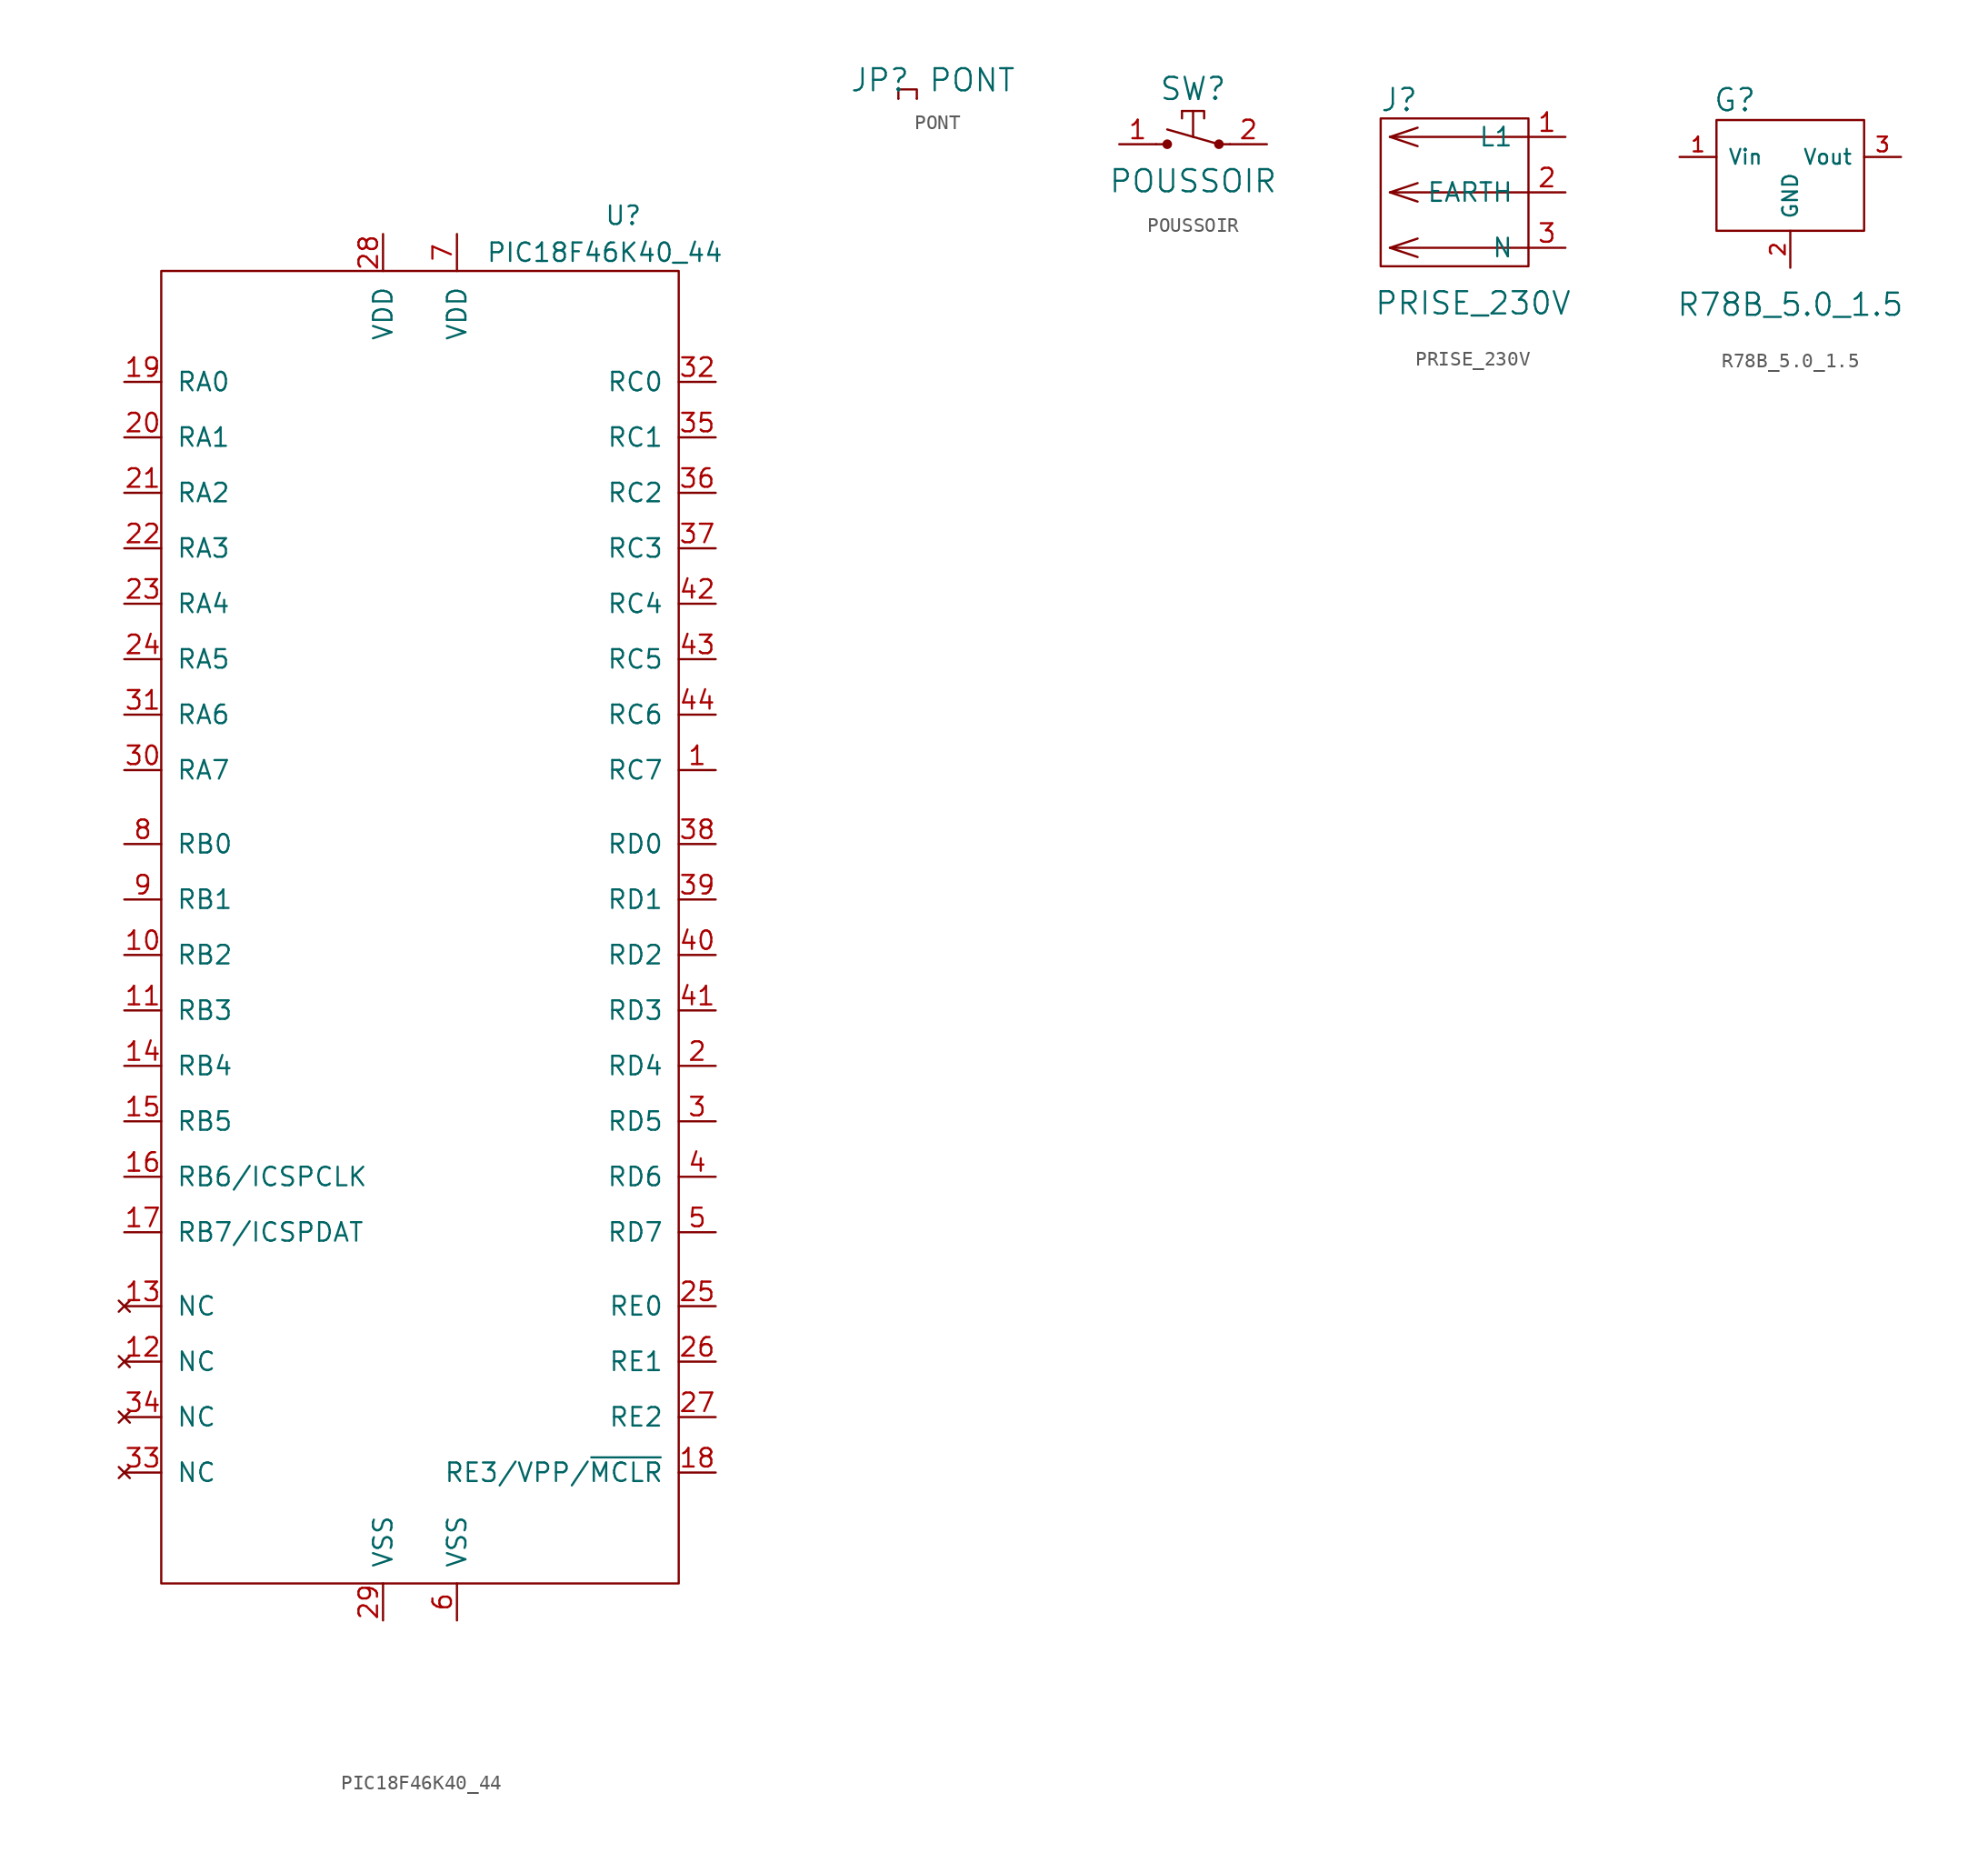
<source format=kicad_sym>
(kicad_symbol_lib
  (version 20211014)
  (generator kicad_symbol_editor)
  (symbol "PIC18F46K40_44"
    (pin_names
      (offset 1.016))
    (property "Reference" "U"
      (at 13.97 50.8 0)
      (effects (font (size 1.27 1.27))))
    (property "Value" "PIC18F46K40_44"
      (at 12.7 48.26 0)
      (effects (font (size 1.27 1.27))))
    (symbol "PIC18F46K40_44_0_1"
      (rectangle (start -17.78 46.99) (end 17.78 -43.18) (stroke (width 0) (type default) (color 0 0 0 0)) (fill (type none))))
    (symbol "PIC18F46K40_44_1_1"
      (pin bidirectional line (at 20.32 12.7 180) (length 2.54) (name "RC7" (effects (font (size 1.27 1.27)))) (number "1" (effects (font (size 1.27 1.27)))))
      (pin bidirectional line (at -20.32 0 0) (length 2.54) (name "RB2" (effects (font (size 1.27 1.27)))) (number "10" (effects (font (size 1.27 1.27)))))
      (pin bidirectional line (at -20.32 -3.81 0) (length 2.54) (name "RB3" (effects (font (size 1.27 1.27)))) (number "11" (effects (font (size 1.27 1.27)))))
      (pin no_connect line (at -20.32 -27.94 0) (length 2.54) (name "NC" (effects (font (size 1.27 1.27)))) (number "12" (effects (font (size 1.27 1.27)))))
      (pin no_connect line (at -20.32 -24.13 0) (length 2.54) (name "NC" (effects (font (size 1.27 1.27)))) (number "13" (effects (font (size 1.27 1.27)))))
      (pin bidirectional line (at -20.32 -7.62 0) (length 2.54) (name "RB4" (effects (font (size 1.27 1.27)))) (number "14" (effects (font (size 1.27 1.27)))))
      (pin bidirectional line (at -20.32 -11.43 0) (length 2.54) (name "RB5" (effects (font (size 1.27 1.27)))) (number "15" (effects (font (size 1.27 1.27)))))
      (pin bidirectional line (at -20.32 -15.24 0) (length 2.54) (name "RB6/ICSPCLK" (effects (font (size 1.27 1.27)))) (number "16" (effects (font (size 1.27 1.27)))))
      (pin bidirectional line (at -20.32 -19.05 0) (length 2.54) (name "RB7/ICSPDAT" (effects (font (size 1.27 1.27)))) (number "17" (effects (font (size 1.27 1.27)))))
      (pin bidirectional line (at 20.32 -35.56 180) (length 2.54) (name "RE3/VPP/~{MCLR}" (effects (font (size 1.27 1.27)))) (number "18" (effects (font (size 1.27 1.27)))))
      (pin bidirectional line (at -20.32 39.37 0) (length 2.54) (name "RA0" (effects (font (size 1.27 1.27)))) (number "19" (effects (font (size 1.27 1.27)))))
      (pin bidirectional line (at 20.32 -7.62 180) (length 2.54) (name "RD4" (effects (font (size 1.27 1.27)))) (number "2" (effects (font (size 1.27 1.27)))))
      (pin bidirectional line (at -20.32 35.56 0) (length 2.54) (name "RA1" (effects (font (size 1.27 1.27)))) (number "20" (effects (font (size 1.27 1.27)))))
      (pin bidirectional line (at -20.32 31.75 0) (length 2.54) (name "RA2" (effects (font (size 1.27 1.27)))) (number "21" (effects (font (size 1.27 1.27)))))
      (pin bidirectional line (at -20.32 27.94 0) (length 2.54) (name "RA3" (effects (font (size 1.27 1.27)))) (number "22" (effects (font (size 1.27 1.27)))))
      (pin bidirectional line (at -20.32 24.13 0) (length 2.54) (name "RA4" (effects (font (size 1.27 1.27)))) (number "23" (effects (font (size 1.27 1.27)))))
      (pin bidirectional line (at -20.32 20.32 0) (length 2.54) (name "RA5" (effects (font (size 1.27 1.27)))) (number "24" (effects (font (size 1.27 1.27)))))
      (pin bidirectional line (at 20.32 -24.13 180) (length 2.54) (name "RE0" (effects (font (size 1.27 1.27)))) (number "25" (effects (font (size 1.27 1.27)))))
      (pin bidirectional line (at 20.32 -27.94 180) (length 2.54) (name "RE1" (effects (font (size 1.27 1.27)))) (number "26" (effects (font (size 1.27 1.27)))))
      (pin bidirectional line (at 20.32 -31.75 180) (length 2.54) (name "RE2" (effects (font (size 1.27 1.27)))) (number "27" (effects (font (size 1.27 1.27)))))
      (pin power_in line (at -2.54 49.53 270) (length 2.54) (name "VDD" (effects (font (size 1.27 1.27)))) (number "28" (effects (font (size 1.27 1.27)))))
      (pin power_in line (at -2.54 -45.72 90) (length 2.54) (name "VSS" (effects (font (size 1.27 1.27)))) (number "29" (effects (font (size 1.27 1.27)))))
      (pin bidirectional line (at 20.32 -11.43 180) (length 2.54) (name "RD5" (effects (font (size 1.27 1.27)))) (number "3" (effects (font (size 1.27 1.27)))))
      (pin bidirectional line (at -20.32 12.7 0) (length 2.54) (name "RA7" (effects (font (size 1.27 1.27)))) (number "30" (effects (font (size 1.27 1.27)))))
      (pin bidirectional line (at -20.32 16.51 0) (length 2.54) (name "RA6" (effects (font (size 1.27 1.27)))) (number "31" (effects (font (size 1.27 1.27)))))
      (pin bidirectional line (at 20.32 39.37 180) (length 2.54) (name "RC0" (effects (font (size 1.27 1.27)))) (number "32" (effects (font (size 1.27 1.27)))))
      (pin no_connect line (at -20.32 -35.56 0) (length 2.54) (name "NC" (effects (font (size 1.27 1.27)))) (number "33" (effects (font (size 1.27 1.27)))))
      (pin no_connect line (at -20.32 -31.75 0) (length 2.54) (name "NC" (effects (font (size 1.27 1.27)))) (number "34" (effects (font (size 1.27 1.27)))))
      (pin bidirectional line (at 20.32 35.56 180) (length 2.54) (name "RC1" (effects (font (size 1.27 1.27)))) (number "35" (effects (font (size 1.27 1.27)))))
      (pin bidirectional line (at 20.32 31.75 180) (length 2.54) (name "RC2" (effects (font (size 1.27 1.27)))) (number "36" (effects (font (size 1.27 1.27)))))
      (pin bidirectional line (at 20.32 27.94 180) (length 2.54) (name "RC3" (effects (font (size 1.27 1.27)))) (number "37" (effects (font (size 1.27 1.27)))))
      (pin bidirectional line (at 20.32 7.62 180) (length 2.54) (name "RD0" (effects (font (size 1.27 1.27)))) (number "38" (effects (font (size 1.27 1.27)))))
      (pin bidirectional line (at 20.32 3.81 180) (length 2.54) (name "RD1" (effects (font (size 1.27 1.27)))) (number "39" (effects (font (size 1.27 1.27)))))
      (pin bidirectional line (at 20.32 -15.24 180) (length 2.54) (name "RD6" (effects (font (size 1.27 1.27)))) (number "4" (effects (font (size 1.27 1.27)))))
      (pin bidirectional line (at 20.32 0 180) (length 2.54) (name "RD2" (effects (font (size 1.27 1.27)))) (number "40" (effects (font (size 1.27 1.27)))))
      (pin bidirectional line (at 20.32 -3.81 180) (length 2.54) (name "RD3" (effects (font (size 1.27 1.27)))) (number "41" (effects (font (size 1.27 1.27)))))
      (pin bidirectional line (at 20.32 24.13 180) (length 2.54) (name "RC4" (effects (font (size 1.27 1.27)))) (number "42" (effects (font (size 1.27 1.27)))))
      (pin bidirectional line (at 20.32 20.32 180) (length 2.54) (name "RC5" (effects (font (size 1.27 1.27)))) (number "43" (effects (font (size 1.27 1.27)))))
      (pin bidirectional line (at 20.32 16.51 180) (length 2.54) (name "RC6" (effects (font (size 1.27 1.27)))) (number "44" (effects (font (size 1.27 1.27)))))
      (pin bidirectional line (at 20.32 -19.05 180) (length 2.54) (name "RD7" (effects (font (size 1.27 1.27)))) (number "5" (effects (font (size 1.27 1.27)))))
      (pin power_in line (at 2.54 -45.72 90) (length 2.54) (name "VSS" (effects (font (size 1.27 1.27)))) (number "6" (effects (font (size 1.27 1.27)))))
      (pin power_in line (at 2.54 49.53 270) (length 2.54) (name "VDD" (effects (font (size 1.27 1.27)))) (number "7" (effects (font (size 1.27 1.27)))))
      (pin input line (at -20.32 7.62 0) (length 2.54) (name "RB0" (effects (font (size 1.27 1.27)))) (number "8" (effects (font (size 1.27 1.27)))))
      (pin output line (at -20.32 3.81 0) (length 2.54) (name "RB1" (effects (font (size 1.27 1.27)))) (number "9" (effects (font (size 1.27 1.27)))))))
  (symbol "PONT"
    (pin_numbers hide)
    (pin_names
      (offset 1.016) hide)
    (property "Reference" "JP"
      (at -1.27 1.27 0)
      (effects (font (size 1.524 1.524))))
    (property "Value" "PONT"
      (at 5.08 1.27 0)
      (effects (font (size 1.524 1.524))))
    (property "Footprint" ""
      (at 0 0 0)
      (effects (font (size 1.524 1.524))))
    (property "Datasheet" ""
      (at 0 0 0)
      (effects (font (size 1.524 1.524))))
    (symbol "PONT_0_1"
      (polyline (pts (xy 0 0) (xy 0 0.635) (xy 1.27 0.635) (xy 1.27 0)) (stroke (width 0) (type default) (color 0 0 0 0)) (fill (type none))))
    (symbol "PONT_1_1"
      (pin passive line (at 1.27 0 0) (length 0) (name "1" (effects (font (size 1.27 1.27)))) (number "1" (effects (font (size 1.27 1.27)))))
      (pin passive line (at 0 0 0) (length 0) (name "2" (effects (font (size 1.27 1.27)))) (number "2" (effects (font (size 1.27 1.27)))))))
  (symbol "POUSSOIR"
    (pin_names
      (offset 1.016))
    (property "Reference" "SW"
      (at 0 3.81 0)
      (effects (font (size 1.524 1.524))))
    (property "Value" "POUSSOIR"
      (at 0 -2.54 0)
      (effects (font (size 1.524 1.524))))
    (property "Footprint" ""
      (at 0 0 0)
      (effects (font (size 1.524 1.524))))
    (property "Datasheet" ""
      (at 0 0 0)
      (effects (font (size 1.524 1.524))))
    (symbol "POUSSOIR_0_1"
      (circle (center -1.778 0) (radius 0.254) (stroke (width 0) (type default) (color 0 0 0 0)) (fill (type outline)))
      (polyline (pts (xy -2.54 0) (xy -1.778 0)) (stroke (width 0) (type default) (color 0 0 0 0)) (fill (type none)))
      (polyline (pts (xy -0.762 2.286) (xy -0.762 1.778)) (stroke (width 0) (type default) (color 0 0 0 0)) (fill (type none)))
      (polyline (pts (xy 0 2.286) (xy 0 0.508)) (stroke (width 0) (type default) (color 0 0 0 0)) (fill (type none)))
      (polyline (pts (xy 1.778 0) (xy -1.778 1.016)) (stroke (width 0) (type default) (color 0 0 0 0)) (fill (type none)))
      (polyline (pts (xy 2.54 0) (xy 1.778 0)) (stroke (width 0) (type default) (color 0 0 0 0)) (fill (type none)))
      (polyline (pts (xy -0.762 2.286) (xy 0.762 2.286) (xy 0.762 1.778)) (stroke (width 0) (type default) (color 0 0 0 0)) (fill (type none)))
      (circle (center 1.778 0) (radius 0.254) (stroke (width 0) (type default) (color 0 0 0 0)) (fill (type outline))))
    (symbol "POUSSOIR_1_1"
      (pin passive line (at -5.08 0 0) (length 2.54) (name "~" (effects (font (size 1.27 1.27)))) (number "1" (effects (font (size 1.27 1.27)))))
      (pin passive line (at 5.08 0 180) (length 2.54) (name "~" (effects (font (size 1.27 1.27)))) (number "2" (effects (font (size 1.27 1.27)))))))
  (symbol "PRISE_230V"
    (pin_names
      (offset 1.016))
    (property "Reference" "J"
      (at -3.81 6.35 0)
      (effects (font (size 1.524 1.524))))
    (property "Value" "PRISE_230V"
      (at 1.27 -7.62 0)
      (effects (font (size 1.524 1.524))))
    (property "Footprint" ""
      (at 0 0 0)
      (effects (font (size 1.524 1.524))))
    (property "Datasheet" ""
      (at 0 0 0)
      (effects (font (size 1.524 1.524))))
    (symbol "PRISE_230V_0_1"
      (polyline (pts (xy -4.445 3.81) (xy -2.54 3.175)) (stroke (width 0) (type default) (color 0 0 0 0)) (fill (type none)))
      (polyline (pts (xy -2.54 -4.445) (xy -4.445 -3.81)) (stroke (width 0) (type default) (color 0 0 0 0)) (fill (type none)))
      (polyline (pts (xy -2.54 -0.635) (xy -4.445 0)) (stroke (width 0) (type default) (color 0 0 0 0)) (fill (type none)))
      (polyline (pts (xy 5.08 -3.81) (xy -4.445 -3.81) (xy -2.54 -3.175)) (stroke (width 0) (type default) (color 0 0 0 0)) (fill (type none)))
      (polyline (pts (xy 5.08 0) (xy -4.445 0) (xy -2.54 0.635)) (stroke (width 0) (type default) (color 0 0 0 0)) (fill (type none)))
      (polyline (pts (xy 5.08 3.81) (xy -4.445 3.81) (xy -2.54 4.445)) (stroke (width 0) (type default) (color 0 0 0 0)) (fill (type none)))
      (rectangle (start 5.08 5.08) (end -5.08 -5.08) (stroke (width 0) (type default) (color 0 0 0 0)) (fill (type none))))
    (symbol "PRISE_230V_1_1"
      (pin power_out line (at 7.62 3.81 180) (length 2.54) (name "L1" (effects (font (size 1.27 1.27)))) (number "1" (effects (font (size 1.27 1.27)))))
      (pin passive line (at 7.62 0 180) (length 2.54) (name "EARTH" (effects (font (size 1.27 1.27)))) (number "2" (effects (font (size 1.27 1.27)))))
      (pin power_out line (at 7.62 -3.81 180) (length 2.54) (name "N" (effects (font (size 1.27 1.27)))) (number "3" (effects (font (size 1.27 1.27)))))))
  (symbol "R78B_5.0_1.5"
    (pin_names
      (offset 0.762))
    (property "Reference" "G"
      (at -3.81 5.182 0)
      (effects (font (size 1.524 1.524))))
    (property "Value" "R78B_5.0_1.5"
      (at 0 -8.89 0)
      (effects (font (size 1.524 1.524))))
    (property "Footprint" ""
      (at 0 0 0)
      (effects (font (size 1.524 1.524))))
    (property "Datasheet" ""
      (at 0 0 0)
      (effects (font (size 1.524 1.524))))
    (symbol "R78B_5.0_1.5_0_1"
      (rectangle (start -5.08 -3.81) (end 5.08 3.81) (stroke (width 0) (type default) (color 0 0 0 0)) (fill (type none))))
    (symbol "R78B_5.0_1.5_1_1"
      (pin power_in line (at -7.62 1.27 0) (length 2.54) (name "Vin" (effects (font (size 1.016 1.016)))) (number "1" (effects (font (size 1.016 1.016)))))
      (pin passive line (at 0 -6.35 90) (length 2.54) (name "GND" (effects (font (size 1.016 1.016)))) (number "2" (effects (font (size 1.016 1.016)))))
      (pin power_out line (at 7.62 1.27 180) (length 2.54) (name "Vout" (effects (font (size 1.016 1.016)))) (number "3" (effects (font (size 1.016 1.016))))))))
</source>
